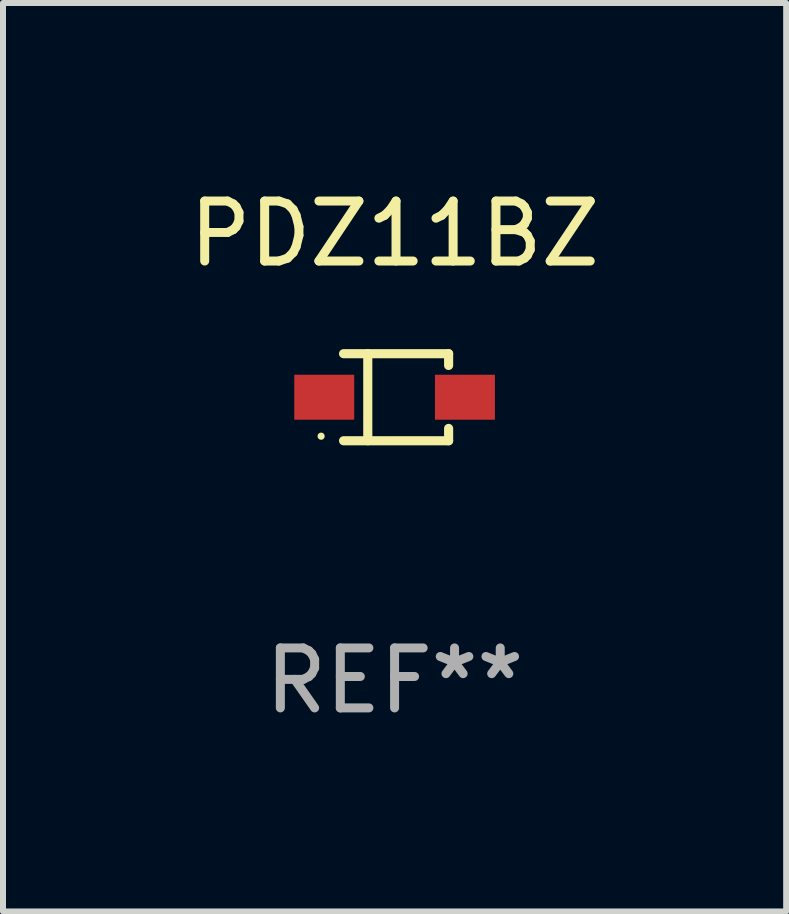
<source format=kicad_pcb>
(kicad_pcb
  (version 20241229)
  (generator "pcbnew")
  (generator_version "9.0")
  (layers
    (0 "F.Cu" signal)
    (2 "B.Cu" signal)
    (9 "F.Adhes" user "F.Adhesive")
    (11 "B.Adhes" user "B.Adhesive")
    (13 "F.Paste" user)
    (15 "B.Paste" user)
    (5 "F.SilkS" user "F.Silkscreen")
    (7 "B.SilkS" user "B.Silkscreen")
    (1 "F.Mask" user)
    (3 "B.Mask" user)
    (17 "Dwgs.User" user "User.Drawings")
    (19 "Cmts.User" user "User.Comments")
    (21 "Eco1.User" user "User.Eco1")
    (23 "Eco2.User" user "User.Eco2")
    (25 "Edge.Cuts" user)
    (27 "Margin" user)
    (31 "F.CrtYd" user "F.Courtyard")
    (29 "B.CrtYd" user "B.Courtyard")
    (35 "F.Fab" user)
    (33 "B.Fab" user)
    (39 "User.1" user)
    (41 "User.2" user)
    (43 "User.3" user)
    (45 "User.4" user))
  (footprint "PDZ11BZ"
    (layer "F.Cu")
    (at 3.53 3.574)
    (property "Reference" "PDZ11BZ" (at 0 -2.726 0) (layer "F.SilkS") (effects (font (size 1 1) (thickness 0.15))))
    (attr through_hole)
    (fp_line (start -0.851 -0.726) (end 0.901 -0.726) (stroke (width 0.152) (type solid)) (layer "F.SilkS"))
    (fp_line (start -0.851 0.726) (end 0.901 0.726) (stroke (width 0.152) (type solid)) (layer "F.SilkS"))
    (fp_line (start -0.447 -0.726) (end -0.447 0.726) (stroke (width 0.152) (type solid)) (layer "F.SilkS"))
    (fp_line (start 0.901 -0.726) (end 0.901 -0.53) (stroke (width 0.152) (type solid)) (layer "F.SilkS"))
    (fp_line (start 0.901 0.726) (end 0.901 0.52) (stroke (width 0.152) (type solid)) (layer "F.SilkS"))
    (fp_circle (center -1.225 0.65) (end -1.195 0.65) (stroke (width 0.06) (type solid)) (fill no) (layer "F.SilkS"))
    (fp_text user "REF**" (at 0 4.726 0) (layer "F.Fab") (effects (font (size 1 1) (thickness 0.15))))
    (pad "1" smd rect (at -1.173 0) (size 1 0.75) (layers "F.Cu" "F.Mask" "F.Paste"))
    (pad "2" smd rect (at 1.173 0) (size 1 0.75) (layers "F.Cu" "F.Mask" "F.Paste")))
  (gr_rect
    (start -3 -3)
    (end 10.06 12.149)
    (stroke (width 0.1) (type default))
    (fill no)
    (layer "Edge.Cuts")))
</source>
